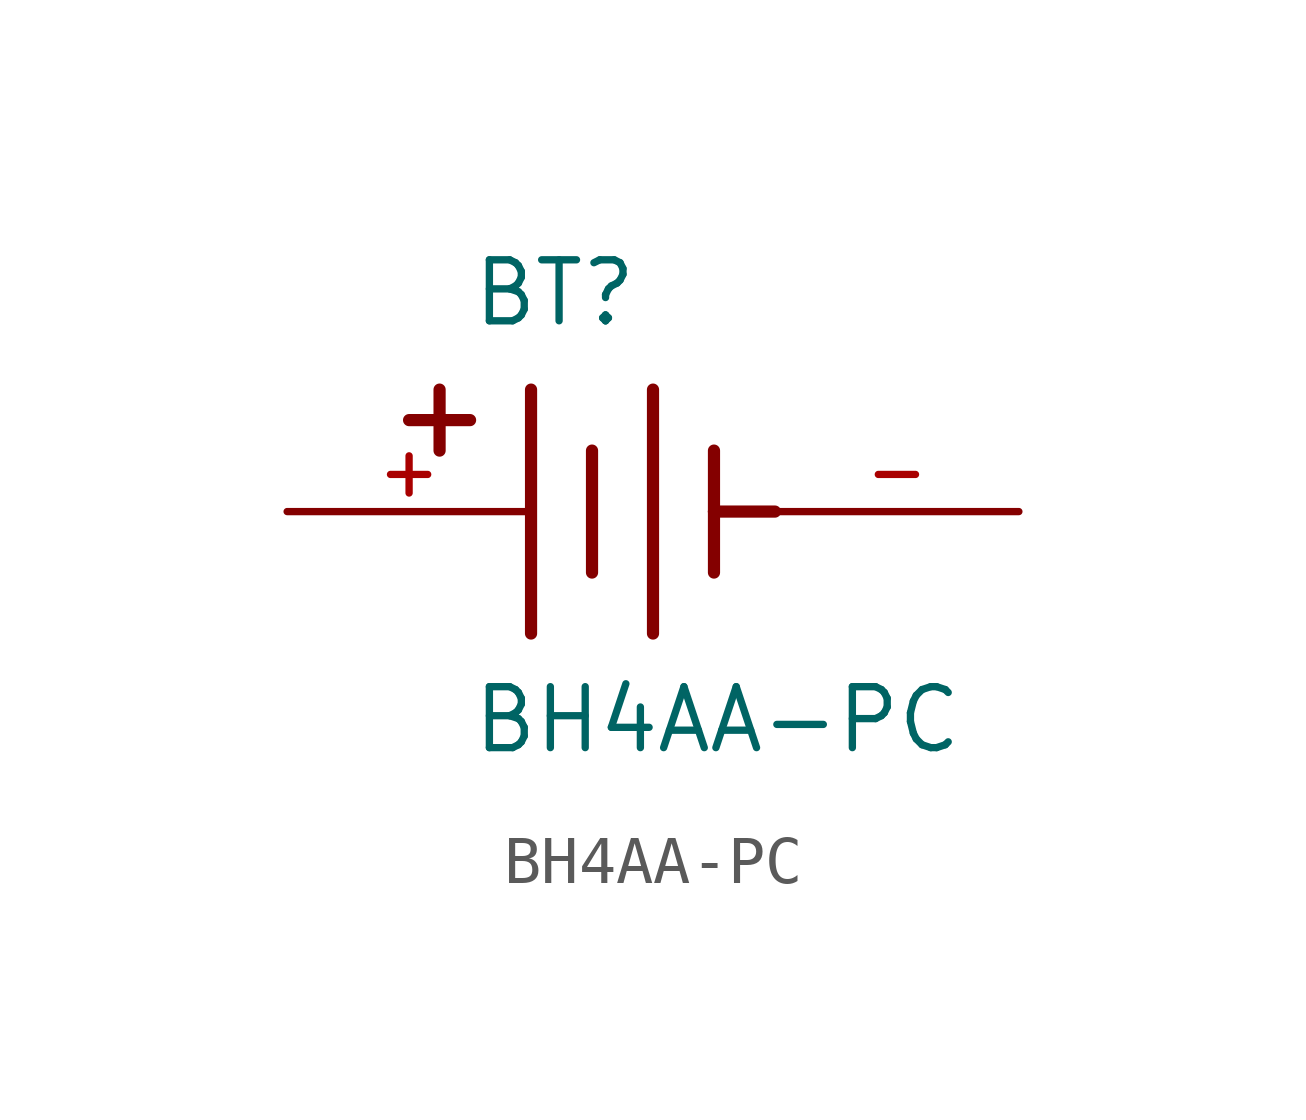
<source format=kicad_sym>
(kicad_symbol_lib
  (version 20211014)
  (generator kicad_symbol_editor)
  (symbol "BH4AA-PC"
    (pin_names
      (offset 1.016))
    (property "Reference" "BT"
      (at -3.81 3.81 0)
      (effects (font (size 1.27 1.27)) (justify bottom left)))
    (property "Value" "BH4AA-PC"
      (at -3.81 -5.08 0)
      (effects (font (size 1.27 1.27)) (justify bottom left)))
    (symbol "BH4AA-PC_0_0"
      (polyline (pts (xy -2.54 2.54) (xy -2.54 -2.54)) (stroke (width 0.254)))
      (polyline (pts (xy 0.0 2.54) (xy 0.0 -2.54)) (stroke (width 0.254)))
      (polyline (pts (xy -1.27 1.27) (xy -1.27 -1.27)) (stroke (width 0.254)))
      (polyline (pts (xy 1.27 1.27) (xy 1.27 0.0)) (stroke (width 0.254)))
      (polyline (pts (xy 1.27 0.0) (xy 1.27 -1.27)) (stroke (width 0.254)))
      (polyline (pts (xy 2.54 0.0) (xy 1.27 0.0)) (stroke (width 0.254)))
      (polyline (pts (xy -4.445 2.54) (xy -4.445 1.27)) (stroke (width 0.254)))
      (polyline (pts (xy -5.08 1.905) (xy -3.81 1.905)) (stroke (width 0.254)))
      (pin passive line (at -7.62 0.0 0) (length 5.08) (name "~" (effects (font (size 1.016 1.016)))) (number "+" (effects (font (size 1.016 1.016)))))
      (pin passive line (at 7.62 0.0 180.0) (length 5.08) (name "~" (effects (font (size 1.016 1.016)))) (number "-" (effects (font (size 1.016 1.016))))))))
</source>
